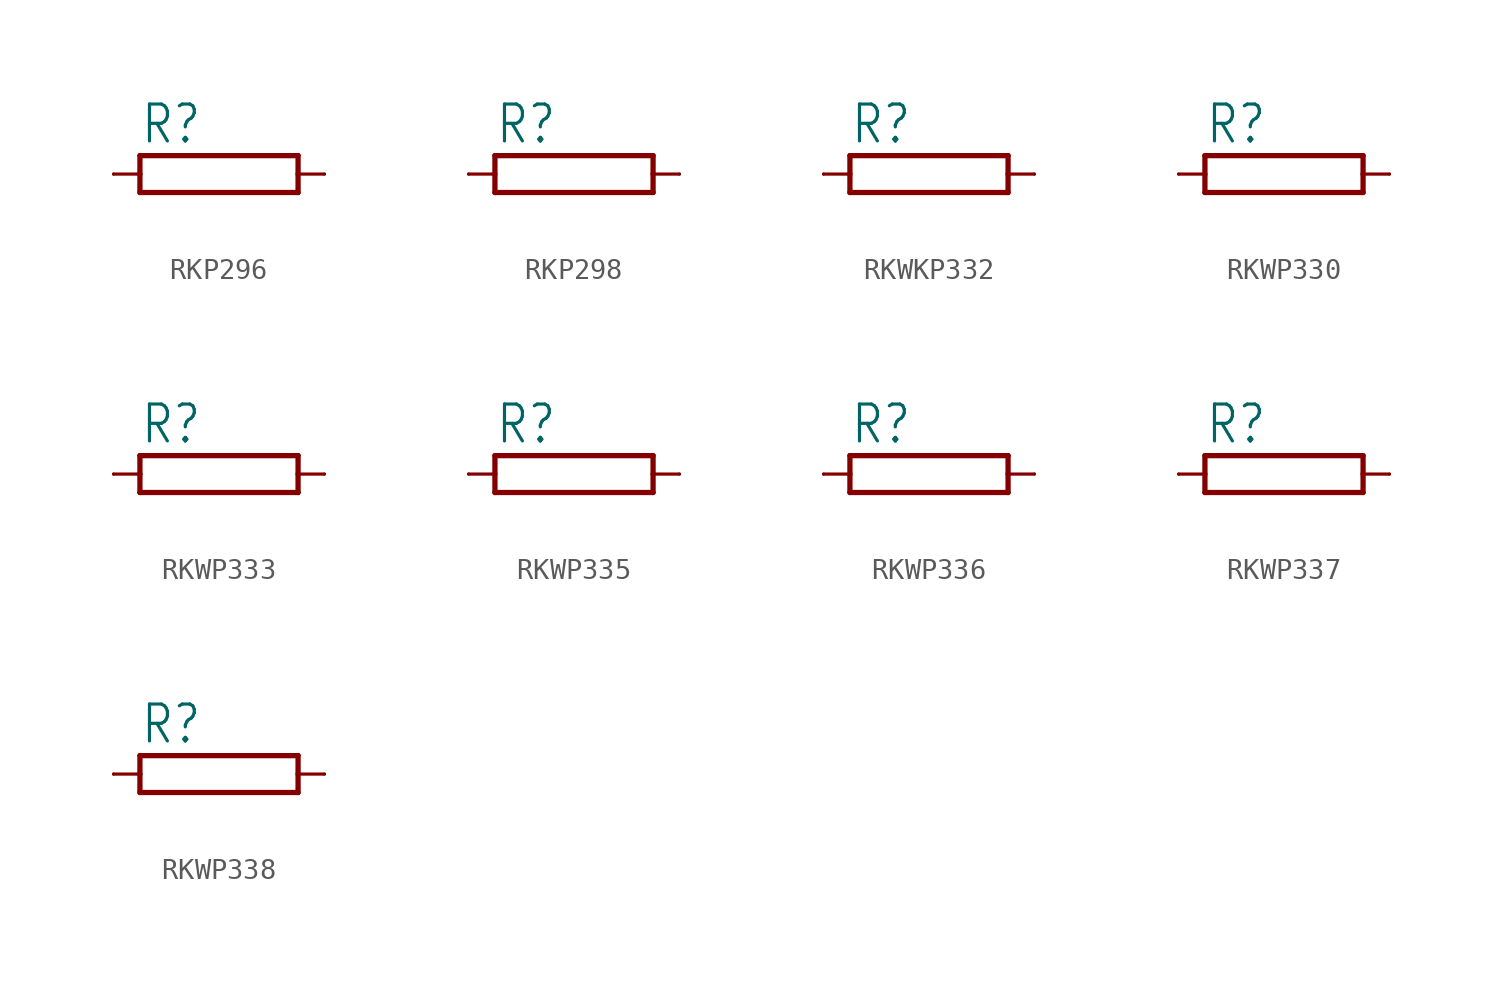
<source format=kicad_sym>
(kicad_symbol_lib
  (version 20220914)
  (generator kicad_symbol_editor)
  (symbol "RKP296"
    (property "Reference" "R"
      (at -3.81 1.372 0)
      (effects (font (size 1.778 1.511)) (justify left bottom)))
    (property "Value" ""
      (at -3.81 -2.921 0)
      (effects (font (size 1.778 1.511)) (justify left bottom)))
    (property "ki_locked" ""
      (at 0 0 0)
      (effects (font (size 1.27 1.27))))
    (symbol "RKP296_1_0"
      (polyline (pts (xy -5.08 0) (xy -3.81 0)) (stroke (width 0.152) (type solid)) (fill (type none)))
      (polyline (pts (xy -3.81 -0.889) (xy -3.81 0)) (stroke (width 0.254) (type solid)) (fill (type none)))
      (polyline (pts (xy -3.81 -0.889) (xy 3.81 -0.889)) (stroke (width 0.254) (type solid)) (fill (type none)))
      (polyline (pts (xy -3.81 0) (xy -3.81 0.889)) (stroke (width 0.254) (type solid)) (fill (type none)))
      (polyline (pts (xy 3.81 -0.889) (xy 3.81 0)) (stroke (width 0.254) (type solid)) (fill (type none)))
      (polyline (pts (xy 3.81 0) (xy 3.81 0.889)) (stroke (width 0.254) (type solid)) (fill (type none)))
      (polyline (pts (xy 3.81 0) (xy 5.08 0)) (stroke (width 0.152) (type solid)) (fill (type none)))
      (polyline (pts (xy 3.81 0.889) (xy -3.81 0.889)) (stroke (width 0.254) (type solid)) (fill (type none)))
      (pin passive line (at -5.08 0 0) (length 0) (name "1" (effects (font (size 0 0)))) (number "1" (effects (font (size 0 0)))))
      (pin passive line (at 5.08 0 180) (length 0) (name "2" (effects (font (size 0 0)))) (number "2" (effects (font (size 0 0)))))))
  (symbol "RKP298"
    (property "Reference" "R"
      (at -3.81 1.372 0)
      (effects (font (size 1.778 1.511)) (justify left bottom)))
    (property "Value" ""
      (at -3.81 -2.921 0)
      (effects (font (size 1.778 1.511)) (justify left bottom)))
    (property "ki_locked" ""
      (at 0 0 0)
      (effects (font (size 1.27 1.27))))
    (symbol "RKP298_1_0"
      (polyline (pts (xy -5.08 0) (xy -3.81 0)) (stroke (width 0.152) (type solid)) (fill (type none)))
      (polyline (pts (xy -3.81 -0.889) (xy -3.81 0)) (stroke (width 0.254) (type solid)) (fill (type none)))
      (polyline (pts (xy -3.81 -0.889) (xy 3.81 -0.889)) (stroke (width 0.254) (type solid)) (fill (type none)))
      (polyline (pts (xy -3.81 0) (xy -3.81 0.889)) (stroke (width 0.254) (type solid)) (fill (type none)))
      (polyline (pts (xy 3.81 -0.889) (xy 3.81 0)) (stroke (width 0.254) (type solid)) (fill (type none)))
      (polyline (pts (xy 3.81 0) (xy 3.81 0.889)) (stroke (width 0.254) (type solid)) (fill (type none)))
      (polyline (pts (xy 3.81 0) (xy 5.08 0)) (stroke (width 0.152) (type solid)) (fill (type none)))
      (polyline (pts (xy 3.81 0.889) (xy -3.81 0.889)) (stroke (width 0.254) (type solid)) (fill (type none)))
      (pin passive line (at -5.08 0 0) (length 0) (name "1" (effects (font (size 0 0)))) (number "1" (effects (font (size 0 0)))))
      (pin passive line (at 5.08 0 180) (length 0) (name "2" (effects (font (size 0 0)))) (number "2" (effects (font (size 0 0)))))))
  (symbol "RKWKP332"
    (property "Reference" "R"
      (at -3.81 1.372 0)
      (effects (font (size 1.778 1.511)) (justify left bottom)))
    (property "Value" ""
      (at -3.81 -2.921 0)
      (effects (font (size 1.778 1.511)) (justify left bottom)))
    (property "ki_locked" ""
      (at 0 0 0)
      (effects (font (size 1.27 1.27))))
    (symbol "RKWKP332_1_0"
      (polyline (pts (xy -5.08 0) (xy -3.81 0)) (stroke (width 0.152) (type solid)) (fill (type none)))
      (polyline (pts (xy -3.81 -0.889) (xy -3.81 0)) (stroke (width 0.254) (type solid)) (fill (type none)))
      (polyline (pts (xy -3.81 -0.889) (xy 3.81 -0.889)) (stroke (width 0.254) (type solid)) (fill (type none)))
      (polyline (pts (xy -3.81 0) (xy -3.81 0.889)) (stroke (width 0.254) (type solid)) (fill (type none)))
      (polyline (pts (xy 3.81 -0.889) (xy 3.81 0)) (stroke (width 0.254) (type solid)) (fill (type none)))
      (polyline (pts (xy 3.81 0) (xy 3.81 0.889)) (stroke (width 0.254) (type solid)) (fill (type none)))
      (polyline (pts (xy 3.81 0) (xy 5.08 0)) (stroke (width 0.152) (type solid)) (fill (type none)))
      (polyline (pts (xy 3.81 0.889) (xy -3.81 0.889)) (stroke (width 0.254) (type solid)) (fill (type none)))
      (pin passive line (at -5.08 0 0) (length 0) (name "1" (effects (font (size 0 0)))) (number "1" (effects (font (size 0 0)))))
      (pin passive line (at 5.08 0 180) (length 0) (name "2" (effects (font (size 0 0)))) (number "2" (effects (font (size 0 0)))))))
  (symbol "RKWP330"
    (property "Reference" "R"
      (at -3.81 1.372 0)
      (effects (font (size 1.778 1.511)) (justify left bottom)))
    (property "Value" ""
      (at -3.81 -2.921 0)
      (effects (font (size 1.778 1.511)) (justify left bottom)))
    (property "ki_locked" ""
      (at 0 0 0)
      (effects (font (size 1.27 1.27))))
    (symbol "RKWP330_1_0"
      (polyline (pts (xy -5.08 0) (xy -3.81 0)) (stroke (width 0.152) (type solid)) (fill (type none)))
      (polyline (pts (xy -3.81 -0.889) (xy -3.81 0)) (stroke (width 0.254) (type solid)) (fill (type none)))
      (polyline (pts (xy -3.81 -0.889) (xy 3.81 -0.889)) (stroke (width 0.254) (type solid)) (fill (type none)))
      (polyline (pts (xy -3.81 0) (xy -3.81 0.889)) (stroke (width 0.254) (type solid)) (fill (type none)))
      (polyline (pts (xy 3.81 -0.889) (xy 3.81 0)) (stroke (width 0.254) (type solid)) (fill (type none)))
      (polyline (pts (xy 3.81 0) (xy 3.81 0.889)) (stroke (width 0.254) (type solid)) (fill (type none)))
      (polyline (pts (xy 3.81 0) (xy 5.08 0)) (stroke (width 0.152) (type solid)) (fill (type none)))
      (polyline (pts (xy 3.81 0.889) (xy -3.81 0.889)) (stroke (width 0.254) (type solid)) (fill (type none)))
      (pin passive line (at -5.08 0 0) (length 0) (name "1" (effects (font (size 0 0)))) (number "1" (effects (font (size 0 0)))))
      (pin passive line (at 5.08 0 180) (length 0) (name "2" (effects (font (size 0 0)))) (number "2" (effects (font (size 0 0)))))))
  (symbol "RKWP333"
    (property "Reference" "R"
      (at -3.81 1.372 0)
      (effects (font (size 1.778 1.511)) (justify left bottom)))
    (property "Value" ""
      (at -3.81 -2.921 0)
      (effects (font (size 1.778 1.511)) (justify left bottom)))
    (property "ki_locked" ""
      (at 0 0 0)
      (effects (font (size 1.27 1.27))))
    (symbol "RKWP333_1_0"
      (polyline (pts (xy -5.08 0) (xy -3.81 0)) (stroke (width 0.152) (type solid)) (fill (type none)))
      (polyline (pts (xy -3.81 -0.889) (xy -3.81 0)) (stroke (width 0.254) (type solid)) (fill (type none)))
      (polyline (pts (xy -3.81 -0.889) (xy 3.81 -0.889)) (stroke (width 0.254) (type solid)) (fill (type none)))
      (polyline (pts (xy -3.81 0) (xy -3.81 0.889)) (stroke (width 0.254) (type solid)) (fill (type none)))
      (polyline (pts (xy 3.81 -0.889) (xy 3.81 0)) (stroke (width 0.254) (type solid)) (fill (type none)))
      (polyline (pts (xy 3.81 0) (xy 3.81 0.889)) (stroke (width 0.254) (type solid)) (fill (type none)))
      (polyline (pts (xy 3.81 0) (xy 5.08 0)) (stroke (width 0.152) (type solid)) (fill (type none)))
      (polyline (pts (xy 3.81 0.889) (xy -3.81 0.889)) (stroke (width 0.254) (type solid)) (fill (type none)))
      (pin passive line (at -5.08 0 0) (length 0) (name "1" (effects (font (size 0 0)))) (number "1" (effects (font (size 0 0)))))
      (pin passive line (at 5.08 0 180) (length 0) (name "2" (effects (font (size 0 0)))) (number "2" (effects (font (size 0 0)))))))
  (symbol "RKWP335"
    (property "Reference" "R"
      (at -3.81 1.372 0)
      (effects (font (size 1.778 1.511)) (justify left bottom)))
    (property "Value" ""
      (at -3.81 -2.921 0)
      (effects (font (size 1.778 1.511)) (justify left bottom)))
    (property "ki_locked" ""
      (at 0 0 0)
      (effects (font (size 1.27 1.27))))
    (symbol "RKWP335_1_0"
      (polyline (pts (xy -5.08 0) (xy -3.81 0)) (stroke (width 0.152) (type solid)) (fill (type none)))
      (polyline (pts (xy -3.81 -0.889) (xy -3.81 0)) (stroke (width 0.254) (type solid)) (fill (type none)))
      (polyline (pts (xy -3.81 -0.889) (xy 3.81 -0.889)) (stroke (width 0.254) (type solid)) (fill (type none)))
      (polyline (pts (xy -3.81 0) (xy -3.81 0.889)) (stroke (width 0.254) (type solid)) (fill (type none)))
      (polyline (pts (xy 3.81 -0.889) (xy 3.81 0)) (stroke (width 0.254) (type solid)) (fill (type none)))
      (polyline (pts (xy 3.81 0) (xy 3.81 0.889)) (stroke (width 0.254) (type solid)) (fill (type none)))
      (polyline (pts (xy 3.81 0) (xy 5.08 0)) (stroke (width 0.152) (type solid)) (fill (type none)))
      (polyline (pts (xy 3.81 0.889) (xy -3.81 0.889)) (stroke (width 0.254) (type solid)) (fill (type none)))
      (pin passive line (at -5.08 0 0) (length 0) (name "1" (effects (font (size 0 0)))) (number "1" (effects (font (size 0 0)))))
      (pin passive line (at 5.08 0 180) (length 0) (name "2" (effects (font (size 0 0)))) (number "2" (effects (font (size 0 0)))))))
  (symbol "RKWP336"
    (property "Reference" "R"
      (at -3.81 1.372 0)
      (effects (font (size 1.778 1.511)) (justify left bottom)))
    (property "Value" ""
      (at -3.81 -2.921 0)
      (effects (font (size 1.778 1.511)) (justify left bottom)))
    (property "ki_locked" ""
      (at 0 0 0)
      (effects (font (size 1.27 1.27))))
    (symbol "RKWP336_1_0"
      (polyline (pts (xy -5.08 0) (xy -3.81 0)) (stroke (width 0.152) (type solid)) (fill (type none)))
      (polyline (pts (xy -3.81 -0.889) (xy -3.81 0)) (stroke (width 0.254) (type solid)) (fill (type none)))
      (polyline (pts (xy -3.81 -0.889) (xy 3.81 -0.889)) (stroke (width 0.254) (type solid)) (fill (type none)))
      (polyline (pts (xy -3.81 0) (xy -3.81 0.889)) (stroke (width 0.254) (type solid)) (fill (type none)))
      (polyline (pts (xy 3.81 -0.889) (xy 3.81 0)) (stroke (width 0.254) (type solid)) (fill (type none)))
      (polyline (pts (xy 3.81 0) (xy 3.81 0.889)) (stroke (width 0.254) (type solid)) (fill (type none)))
      (polyline (pts (xy 3.81 0) (xy 5.08 0)) (stroke (width 0.152) (type solid)) (fill (type none)))
      (polyline (pts (xy 3.81 0.889) (xy -3.81 0.889)) (stroke (width 0.254) (type solid)) (fill (type none)))
      (pin passive line (at -5.08 0 0) (length 0) (name "1" (effects (font (size 0 0)))) (number "1" (effects (font (size 0 0)))))
      (pin passive line (at 5.08 0 180) (length 0) (name "2" (effects (font (size 0 0)))) (number "2" (effects (font (size 0 0)))))))
  (symbol "RKWP337"
    (property "Reference" "R"
      (at -3.81 1.372 0)
      (effects (font (size 1.778 1.511)) (justify left bottom)))
    (property "Value" ""
      (at -3.81 -2.921 0)
      (effects (font (size 1.778 1.511)) (justify left bottom)))
    (property "ki_locked" ""
      (at 0 0 0)
      (effects (font (size 1.27 1.27))))
    (symbol "RKWP337_1_0"
      (polyline (pts (xy -5.08 0) (xy -3.81 0)) (stroke (width 0.152) (type solid)) (fill (type none)))
      (polyline (pts (xy -3.81 -0.889) (xy -3.81 0)) (stroke (width 0.254) (type solid)) (fill (type none)))
      (polyline (pts (xy -3.81 -0.889) (xy 3.81 -0.889)) (stroke (width 0.254) (type solid)) (fill (type none)))
      (polyline (pts (xy -3.81 0) (xy -3.81 0.889)) (stroke (width 0.254) (type solid)) (fill (type none)))
      (polyline (pts (xy 3.81 -0.889) (xy 3.81 0)) (stroke (width 0.254) (type solid)) (fill (type none)))
      (polyline (pts (xy 3.81 0) (xy 3.81 0.889)) (stroke (width 0.254) (type solid)) (fill (type none)))
      (polyline (pts (xy 3.81 0) (xy 5.08 0)) (stroke (width 0.152) (type solid)) (fill (type none)))
      (polyline (pts (xy 3.81 0.889) (xy -3.81 0.889)) (stroke (width 0.254) (type solid)) (fill (type none)))
      (pin passive line (at -5.08 0 0) (length 0) (name "1" (effects (font (size 0 0)))) (number "1" (effects (font (size 0 0)))))
      (pin passive line (at 5.08 0 180) (length 0) (name "2" (effects (font (size 0 0)))) (number "2" (effects (font (size 0 0)))))))
  (symbol "RKWP338"
    (property "Reference" "R"
      (at -3.81 1.372 0)
      (effects (font (size 1.778 1.511)) (justify left bottom)))
    (property "Value" ""
      (at -3.81 -2.921 0)
      (effects (font (size 1.778 1.511)) (justify left bottom)))
    (property "ki_locked" ""
      (at 0 0 0)
      (effects (font (size 1.27 1.27))))
    (symbol "RKWP338_1_0"
      (polyline (pts (xy -5.08 0) (xy -3.81 0)) (stroke (width 0.152) (type solid)) (fill (type none)))
      (polyline (pts (xy -3.81 -0.889) (xy -3.81 0)) (stroke (width 0.254) (type solid)) (fill (type none)))
      (polyline (pts (xy -3.81 -0.889) (xy 3.81 -0.889)) (stroke (width 0.254) (type solid)) (fill (type none)))
      (polyline (pts (xy -3.81 0) (xy -3.81 0.889)) (stroke (width 0.254) (type solid)) (fill (type none)))
      (polyline (pts (xy 3.81 -0.889) (xy 3.81 0)) (stroke (width 0.254) (type solid)) (fill (type none)))
      (polyline (pts (xy 3.81 0) (xy 3.81 0.889)) (stroke (width 0.254) (type solid)) (fill (type none)))
      (polyline (pts (xy 3.81 0) (xy 5.08 0)) (stroke (width 0.152) (type solid)) (fill (type none)))
      (polyline (pts (xy 3.81 0.889) (xy -3.81 0.889)) (stroke (width 0.254) (type solid)) (fill (type none)))
      (pin passive line (at -5.08 0 0) (length 0) (name "1" (effects (font (size 0 0)))) (number "1" (effects (font (size 0 0)))))
      (pin passive line (at 5.08 0 180) (length 0) (name "2" (effects (font (size 0 0)))) (number "2" (effects (font (size 0 0))))))))
</source>
